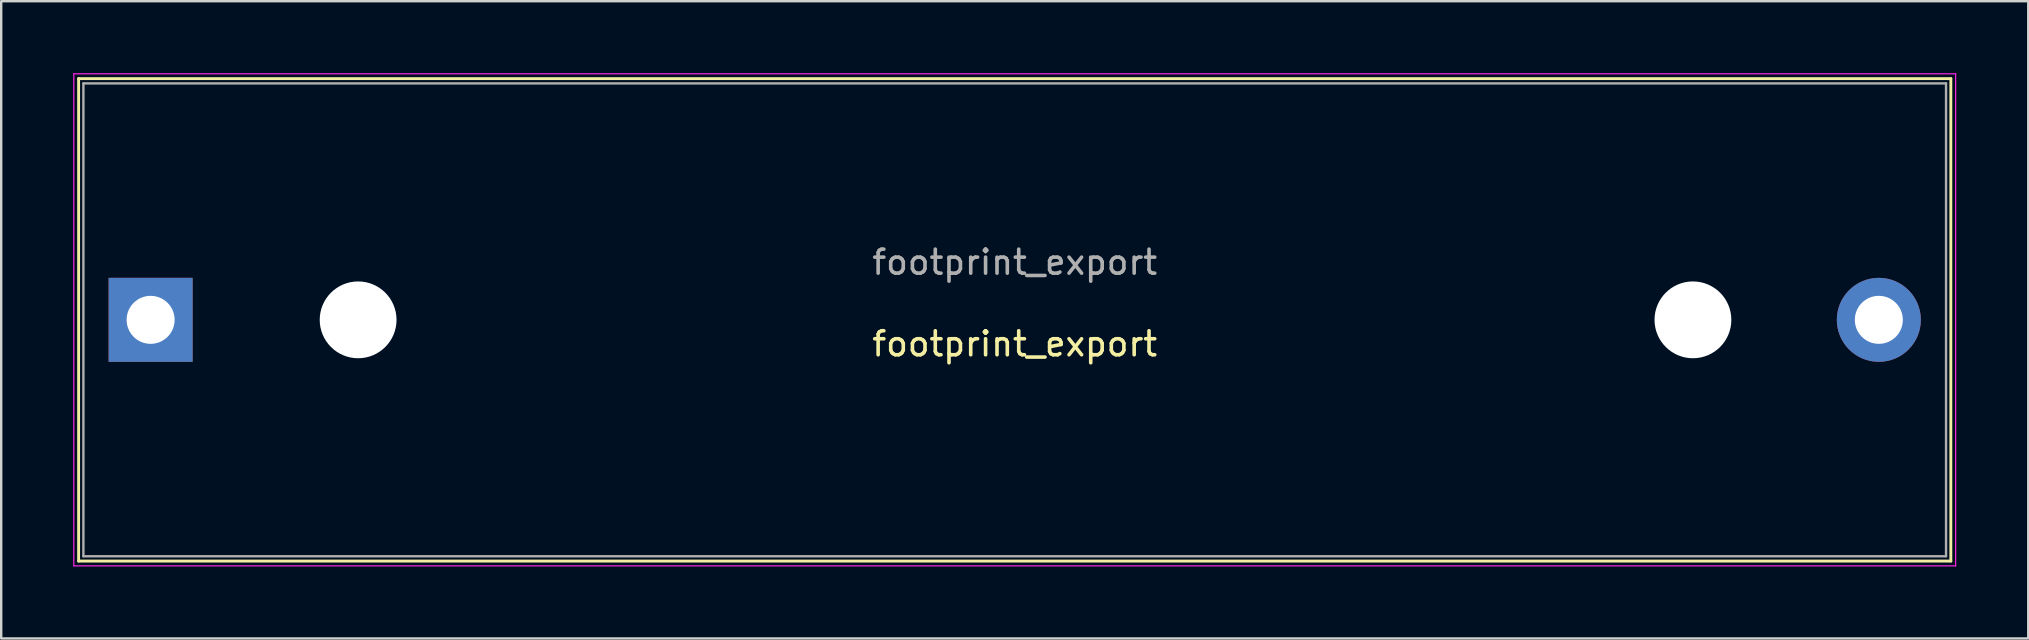
<source format=kicad_pcb>
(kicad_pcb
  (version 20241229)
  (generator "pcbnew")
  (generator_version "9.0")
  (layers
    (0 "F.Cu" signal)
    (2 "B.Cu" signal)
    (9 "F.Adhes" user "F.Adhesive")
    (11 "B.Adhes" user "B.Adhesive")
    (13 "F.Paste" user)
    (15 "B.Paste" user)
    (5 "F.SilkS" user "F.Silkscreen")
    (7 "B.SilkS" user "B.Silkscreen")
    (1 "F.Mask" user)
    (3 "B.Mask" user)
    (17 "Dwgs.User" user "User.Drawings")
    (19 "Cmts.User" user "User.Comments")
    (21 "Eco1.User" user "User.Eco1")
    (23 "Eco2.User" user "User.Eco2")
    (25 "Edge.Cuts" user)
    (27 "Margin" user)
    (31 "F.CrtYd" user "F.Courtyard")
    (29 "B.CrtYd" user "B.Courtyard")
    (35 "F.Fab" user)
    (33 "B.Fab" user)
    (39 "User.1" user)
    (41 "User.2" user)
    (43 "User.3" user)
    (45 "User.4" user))
  (footprint "footprint_export"
    (layer "F.Cu")
    (at 3.225 10.275)
    (property "Reference" "footprint_export" (at 36 1 0) (layer "F.SilkS") (effects (font (size 1 1) (thickness 0.15))))
    (attr through_hole)
    (fp_line (start -3 -10.05) (end 75 -10.05) (stroke (width 0.12) (type solid)) (layer "F.SilkS"))
    (fp_line (start -3 10.05) (end -3 -10.05) (stroke (width 0.12) (type solid)) (layer "F.SilkS"))
    (fp_line (start 75 -10.05) (end 75 10.05) (stroke (width 0.12) (type solid)) (layer "F.SilkS"))
    (fp_line (start 75 10.05) (end -3 10.05) (stroke (width 0.12) (type solid)) (layer "F.SilkS"))
    (fp_line (start -3.2 -10.25) (end 75.2 -10.25) (stroke (width 0.05) (type solid)) (layer "F.CrtYd"))
    (fp_line (start -3.2 10.25) (end -3.2 -10.25) (stroke (width 0.05) (type solid)) (layer "F.CrtYd"))
    (fp_line (start 75.2 -10.25) (end 75.2 10.25) (stroke (width 0.05) (type solid)) (layer "F.CrtYd"))
    (fp_line (start 75.2 10.25) (end -3.2 10.25) (stroke (width 0.05) (type solid)) (layer "F.CrtYd"))
    (fp_line (start -2.8 -9.85) (end 74.8 -9.85) (stroke (width 0.1) (type solid)) (layer "F.Fab"))
    (fp_line (start -2.8 9.85) (end -2.8 -9.85) (stroke (width 0.1) (type solid)) (layer "F.Fab"))
    (fp_line (start 74.8 -9.85) (end 74.8 9.85) (stroke (width 0.1) (type solid)) (layer "F.Fab"))
    (fp_line (start 74.8 9.85) (end -2.8 9.85) (stroke (width 0.1) (type solid)) (layer "F.Fab"))
    (fp_text user "${REFERENCE}" (at 36 -2.4 0) (layer "F.Fab") (effects (font (size 1 1) (thickness 0.15))))
    (pad "" np_thru_hole circle (at 8.645 0) (size 3.2 3.2) (drill 3.2) (layers "*.Cu" "*.Mask"))
    (pad "" np_thru_hole circle (at 64.255 0) (size 3.2 3.2) (drill 3.2) (layers "*.Cu" "*.Mask"))
    (pad "1" thru_hole rect (at 0 0) (size 3.5 3.5) (drill 2) (layers "*.Cu" "*.Mask"))
    (pad "2" thru_hole circle (at 72 0) (size 3.5 3.5) (drill 2) (layers "*.Cu" "*.Mask")))
  (gr_rect
    (start -3 -3)
    (end 81.45 23.55)
    (stroke (width 0.1) (type default))
    (fill no)
    (layer "Edge.Cuts")))
</source>
